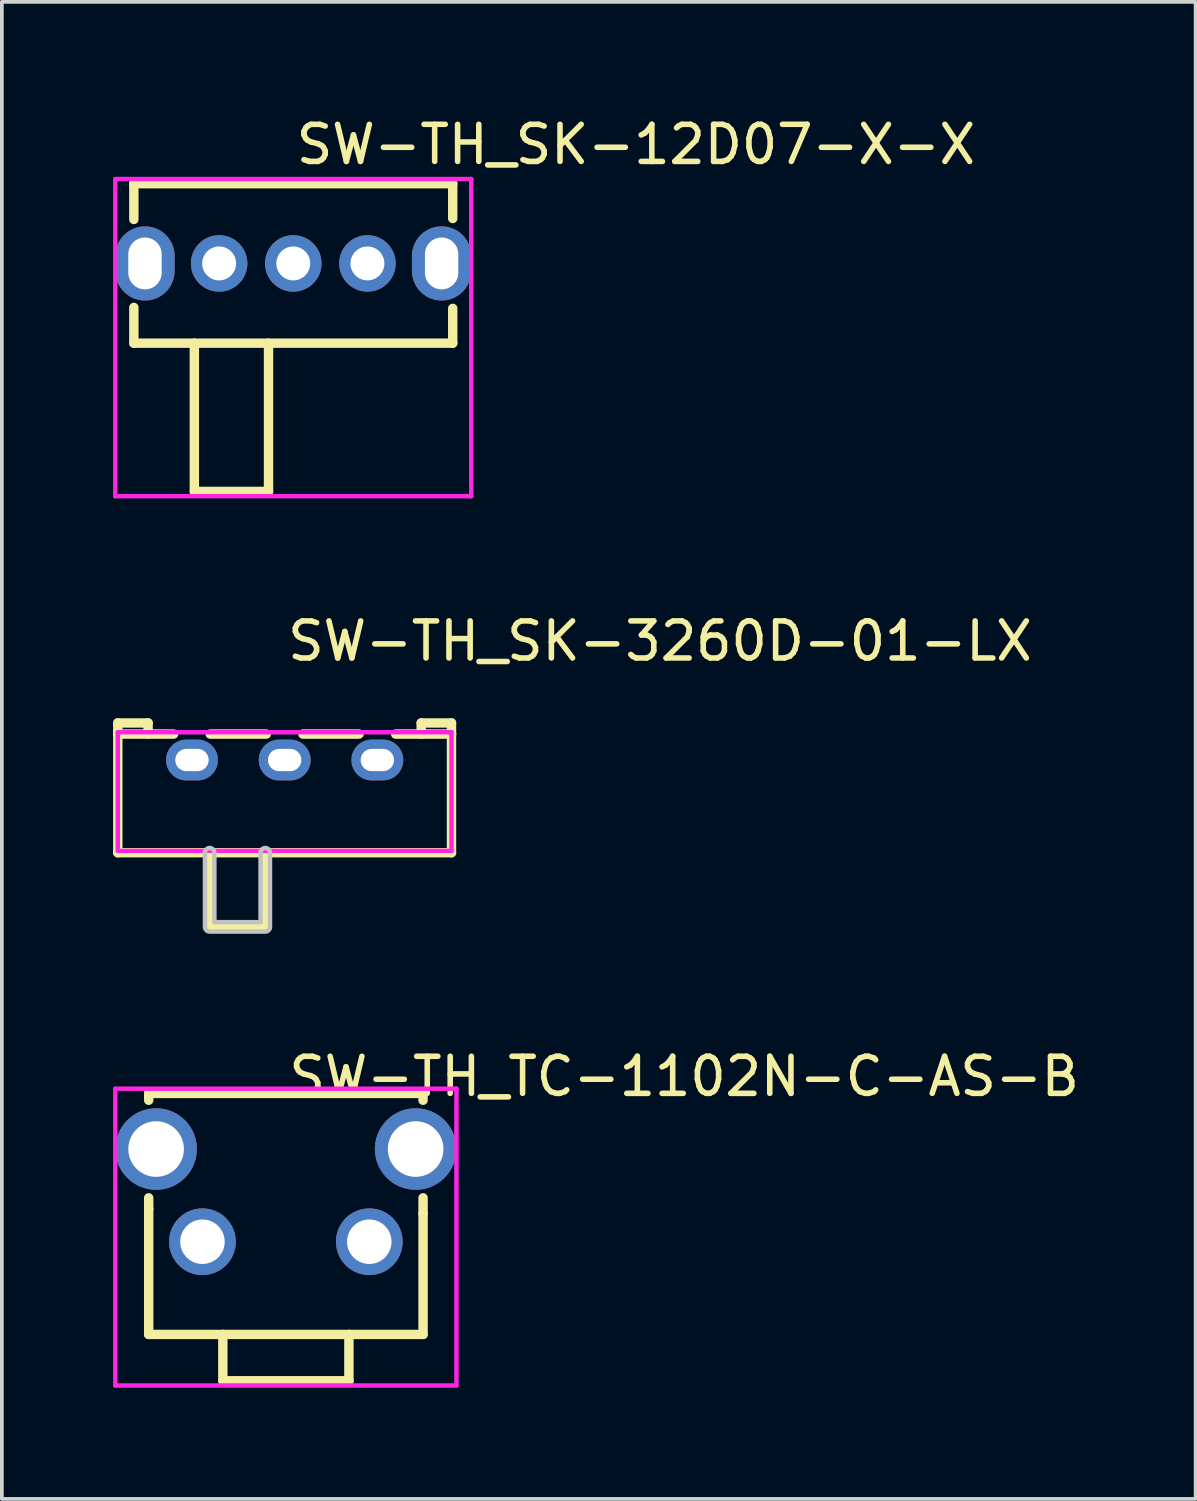
<source format=kicad_pcb>
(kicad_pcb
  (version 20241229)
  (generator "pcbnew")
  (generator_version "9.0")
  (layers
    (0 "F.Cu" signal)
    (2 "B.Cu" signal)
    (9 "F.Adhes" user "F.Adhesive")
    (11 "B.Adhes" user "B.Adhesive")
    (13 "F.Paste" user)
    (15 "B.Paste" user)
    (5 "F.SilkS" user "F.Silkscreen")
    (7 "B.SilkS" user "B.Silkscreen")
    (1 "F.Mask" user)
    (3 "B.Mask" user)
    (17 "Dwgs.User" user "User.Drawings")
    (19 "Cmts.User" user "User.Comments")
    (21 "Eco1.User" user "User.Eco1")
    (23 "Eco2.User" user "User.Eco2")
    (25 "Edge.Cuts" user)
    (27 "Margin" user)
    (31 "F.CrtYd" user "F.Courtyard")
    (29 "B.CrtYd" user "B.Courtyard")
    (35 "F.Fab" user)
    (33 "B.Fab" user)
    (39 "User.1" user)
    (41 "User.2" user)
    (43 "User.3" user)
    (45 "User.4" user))
  (footprint "SW-TH_SK-12D07-X-X"
    (layer "F.Cu")
    (at 4.86 4.055)
    (property "Reference" "SW-TH_SK-12D07-X-X" (at 0 -3.207 0) (layer "F.SilkS") (effects (font (size 1 1) (thickness 0.15)) (justify left)))
    (attr through_hole)
    (fp_line (start -4.3 -2.15) (end -4.3 -1.186) (stroke (width 0.254) (type solid)) (layer "F.SilkS"))
    (fp_line (start -4.3 -2.15) (end 4.3 -2.15) (stroke (width 0.254) (type solid)) (layer "F.SilkS"))
    (fp_line (start -4.3 1.186) (end -4.3 2.15) (stroke (width 0.254) (type solid)) (layer "F.SilkS"))
    (fp_line (start -4.3 2.15) (end 4.3 2.15) (stroke (width 0.254) (type solid)) (layer "F.SilkS"))
    (fp_line (start -2.668 2.15) (end -2.668 6.15) (stroke (width 0.254) (type solid)) (layer "F.SilkS"))
    (fp_line (start -2.668 6.15) (end -0.668 6.15) (stroke (width 0.254) (type solid)) (layer "F.SilkS"))
    (fp_line (start -0.668 6.15) (end -0.668 2.15) (stroke (width 0.254) (type solid)) (layer "F.SilkS"))
    (fp_line (start 4.3 -2.15) (end 4.3 -1.212) (stroke (width 0.254) (type solid)) (layer "F.SilkS"))
    (fp_line (start 4.3 1.212) (end 4.3 2.15) (stroke (width 0.254) (type solid)) (layer "F.SilkS"))
    (fp_circle (center -4.8 6.277) (end -4.77 6.277) (stroke (width 0.06) (type solid)) (fill no) (layer "Eco2.User"))
    (fp_circle (center -2 0) (end -1.821 0) (stroke (width 0.357) (type solid)) (fill no) (layer "Eco2.User"))
    (fp_circle (center 0 0) (end 0.179 0) (stroke (width 0.357) (type solid)) (fill no) (layer "Eco2.User"))
    (fp_circle (center 2 0) (end 2.179 0) (stroke (width 0.357) (type solid)) (fill no) (layer "Eco2.User"))
    (fp_poly (pts (xy -4.36 0.25) (xy -4.36 -0.25) (xy -3.64 -0.25) (xy -3.64 0.25)) (stroke (width 0.12) (type solid)) (fill no) (layer "Eco2.User"))
    (fp_poly (pts (xy 3.64 0.25) (xy 3.64 -0.25) (xy 4.36 -0.25) (xy 4.36 0.25)) (stroke (width 0.12) (type solid)) (fill no) (layer "Eco2.User"))
    (fp_line (start -4.8 -2.277) (end 4.8 -2.277) (stroke (width 0.12) (type solid)) (layer "F.CrtYd"))
    (fp_line (start -4.8 6.277) (end -4.8 -2.277) (stroke (width 0.12) (type solid)) (layer "F.CrtYd"))
    (fp_line (start 4.8 -2.277) (end 4.8 6.277) (stroke (width 0.12) (type solid)) (layer "F.CrtYd"))
    (fp_line (start 4.8 6.277) (end -4.8 6.277) (stroke (width 0.12) (type solid)) (layer "F.CrtYd"))
    (pad "1" thru_hole circle (at -2 0) (size 1.524 1.524) (drill 0.914) (layers "*.Cu" "*.Mask"))
    (pad "2" thru_hole circle (at 0 0) (size 1.524 1.524) (drill 0.914) (layers "*.Cu" "*.Mask"))
    (pad "3" thru_hole circle (at 2 0) (size 1.524 1.524) (drill 0.914) (layers "*.Cu" "*.Mask"))
    (pad "EH" thru_hole oval (at -4 0) (size 1.6 2) (drill oval 0.9 1.4) (layers "*.Cu" "*.Mask"))
    (pad "EH" thru_hole oval (at 4 0) (size 1.6 2) (drill oval 0.9 1.4) (layers "*.Cu" "*.Mask")))
  (footprint "SW-TH_TC-1102N-C-AS-B"
    (layer "F.Cu")
    (at 4.66 29.19)
    (property "Reference" "SW-TH_TC-1102N-C-AS-B" (at 0 -3.207 0) (layer "F.SilkS") (effects (font (size 1 1) (thickness 0.15)) (justify left)))
    (attr through_hole)
    (fp_line (start -3.7 -2.75) (end -3.7 -2.566) (stroke (width 0.254) (type solid)) (layer "F.SilkS"))
    (fp_line (start -3.7 -2.75) (end 3.7 -2.75) (stroke (width 0.254) (type solid)) (layer "F.SilkS"))
    (fp_line (start -3.7 0.066) (end -3.7 0.361) (stroke (width 0.254) (type solid)) (layer "F.SilkS"))
    (fp_line (start -3.7 3.75) (end -3.7 0.361) (stroke (width 0.254) (type solid)) (layer "F.SilkS"))
    (fp_line (start -3.7 3.75) (end 3.7 3.75) (stroke (width 0.254) (type solid)) (layer "F.SilkS"))
    (fp_line (start -1.7 5) (end -1.7 3.75) (stroke (width 0.254) (type solid)) (layer "F.SilkS"))
    (fp_line (start -1.7 5) (end 1.7 5) (stroke (width 0.254) (type solid)) (layer "F.SilkS"))
    (fp_line (start 1.7 5) (end 1.7 3.75) (stroke (width 0.254) (type solid)) (layer "F.SilkS"))
    (fp_line (start 3.7 -2.566) (end 3.7 -2.75) (stroke (width 0.254) (type solid)) (layer "F.SilkS"))
    (fp_line (start 3.7 0.488) (end 3.7 0.066) (stroke (width 0.254) (type solid)) (layer "F.SilkS"))
    (fp_line (start 3.7 3.75) (end 3.7 0.488) (stroke (width 0.254) (type solid)) (layer "F.SilkS"))
    (fp_circle (center -4.6 5.127) (end -4.57 5.127) (stroke (width 0.06) (type solid)) (fill no) (layer "Eco2.User"))
    (fp_circle (center -3.5 -1.25) (end -3.175 -1.25) (stroke (width 0.65) (type solid)) (fill no) (layer "Eco2.User"))
    (fp_circle (center -2.25 1.25) (end -2 1.25) (stroke (width 0.5) (type solid)) (fill no) (layer "Eco2.User"))
    (fp_circle (center 2.25 1.25) (end 2.5 1.25) (stroke (width 0.5) (type solid)) (fill no) (layer "Eco2.User"))
    (fp_circle (center 3.5 -1.25) (end 3.825 -1.25) (stroke (width 0.65) (type solid)) (fill no) (layer "Eco2.User"))
    (fp_line (start -4.6 -2.877) (end 4.6 -2.877) (stroke (width 0.12) (type solid)) (layer "F.CrtYd"))
    (fp_line (start -4.6 5.127) (end -4.6 -2.877) (stroke (width 0.12) (type solid)) (layer "F.CrtYd"))
    (fp_line (start 4.6 -2.877) (end 4.6 5.127) (stroke (width 0.12) (type solid)) (layer "F.CrtYd"))
    (fp_line (start 4.6 5.127) (end -4.6 5.127) (stroke (width 0.12) (type solid)) (layer "F.CrtYd"))
    (pad "1" thru_hole circle (at -2.25 1.25) (size 1.8 1.8) (drill 1.2) (layers "*.Cu" "*.Mask"))
    (pad "2" thru_hole circle (at 2.25 1.25) (size 1.8 1.8) (drill 1.2) (layers "*.Cu" "*.Mask"))
    (pad "3" thru_hole circle (at 3.5 -1.25) (size 2.2 2.2) (drill 1.5) (layers "*.Cu" "*.Mask"))
    (pad "4" thru_hole circle (at -3.5 -1.25) (size 2.2 2.2) (drill 1.5) (layers "*.Cu" "*.Mask")))
  (footprint "SW-TH_SK-3260D-01-LX"
    (layer "F.Cu")
    (at 4.627 17.448)
    (property "Reference" "SW-TH_SK-3260D-01-LX" (at 0 -3.207 0) (layer "F.SilkS") (effects (font (size 1 1) (thickness 0.15)) (justify left)))
    (attr through_hole)
    (fp_line (start -4.5 -1) (end -3.683 -1) (stroke (width 0.254) (type solid)) (layer "F.SilkS"))
    (fp_line (start -4.5 -0.7) (end -4.5 -1) (stroke (width 0.254) (type solid)) (layer "F.SilkS"))
    (fp_line (start -4.5 -0.7) (end -2.994 -0.7) (stroke (width 0.254) (type solid)) (layer "F.SilkS"))
    (fp_line (start -4.5 2.5) (end -4.5 -0.7) (stroke (width 0.254) (type solid)) (layer "F.SilkS"))
    (fp_line (start -3.683 -1) (end -3.683 -0.7) (stroke (width 0.254) (type solid)) (layer "F.SilkS"))
    (fp_line (start -2.022 2.5) (end -2.022 4.5) (stroke (width 0.254) (type solid)) (layer "F.SilkS"))
    (fp_line (start -2.022 4.5) (end -0.522 4.5) (stroke (width 0.254) (type solid)) (layer "F.SilkS"))
    (fp_line (start -2.007 -0.7) (end -0.494 -0.7) (stroke (width 0.254) (type solid)) (layer "F.SilkS"))
    (fp_line (start -0.522 4.5) (end -0.522 2.5) (stroke (width 0.254) (type solid)) (layer "F.SilkS"))
    (fp_line (start 0.493 -0.7) (end 2.006 -0.7) (stroke (width 0.254) (type solid)) (layer "F.SilkS"))
    (fp_line (start 2.993 -0.7) (end 4.5 -0.7) (stroke (width 0.254) (type solid)) (layer "F.SilkS"))
    (fp_line (start 3.683 -1) (end 3.683 -0.7) (stroke (width 0.254) (type solid)) (layer "F.SilkS"))
    (fp_line (start 4.5 -1) (end 3.683 -1) (stroke (width 0.254) (type solid)) (layer "F.SilkS"))
    (fp_line (start 4.5 -0.7) (end 4.5 -1) (stroke (width 0.254) (type solid)) (layer "F.SilkS"))
    (fp_line (start 4.5 -0.7) (end 4.5 2.5) (stroke (width 0.254) (type solid)) (layer "F.SilkS"))
    (fp_line (start 4.5 2.5) (end -4.5 2.5) (stroke (width 0.254) (type solid)) (layer "F.SilkS"))
    (fp_poly (pts (xy -1.895 2.5) (xy -1.895 4.373) (xy -0.649 4.373) (xy -0.649 2.5) (xy -0.647 2.475) (xy -0.64 2.451) (xy -0.628 2.429) (xy -0.612 2.41) (xy -0.593 2.394) (xy -0.571 2.383) (xy -0.547 2.375) (xy -0.522 2.373) (xy -0.498 2.375) (xy -0.474 2.383) (xy -0.452 2.394) (xy -0.433 2.41) (xy -0.417 2.429) (xy -0.405 2.451) (xy -0.398 2.475) (xy -0.395 2.5) (xy -0.395 4.5) (xy -0.398 4.525) (xy -0.405 4.549) (xy -0.417 4.571) (xy -0.433 4.59) (xy -0.452 4.606) (xy -0.474 4.617) (xy -0.498 4.625) (xy -0.522 4.627) (xy -2.022 4.627) (xy -2.047 4.625) (xy -2.071 4.617) (xy -2.093 4.606) (xy -2.112 4.59) (xy -2.128 4.571) (xy -2.14 4.549) (xy -2.147 4.525) (xy -2.149 4.5) (xy -2.149 2.5) (xy -2.147 2.475) (xy -2.14 2.451) (xy -2.128 2.429) (xy -2.112 2.41) (xy -2.093 2.394) (xy -2.071 2.383) (xy -2.047 2.375) (xy -2.022 2.373) (xy -1.998 2.375) (xy -1.974 2.383) (xy -1.952 2.394) (xy -1.933 2.41) (xy -1.917 2.429) (xy -1.905 2.451) (xy -1.898 2.475) (xy -1.895 2.5)) (stroke (width 0.12) (type solid)) (fill no) (layer "Dwgs.User"))
    (fp_circle (center -4.5 2.45) (end -4.47 2.45) (stroke (width 0.06) (type solid)) (fill no) (layer "Eco2.User"))
    (fp_poly (pts (xy -2.775 -0.15) (xy -2.225 -0.15) (xy -2.225 0.15) (xy -2.775 0.15)) (stroke (width 0.12) (type solid)) (fill no) (layer "Eco2.User"))
    (fp_poly (pts (xy -0.275 -0.15) (xy 0.275 -0.15) (xy 0.275 0.15) (xy -0.275 0.15)) (stroke (width 0.12) (type solid)) (fill no) (layer "Eco2.User"))
    (fp_poly (pts (xy 2.225 -0.15) (xy 2.775 -0.15) (xy 2.775 0.15) (xy 2.225 0.15)) (stroke (width 0.12) (type solid)) (fill no) (layer "Eco2.User"))
    (fp_line (start -4.5 -0.75) (end 4.5 -0.75) (stroke (width 0.12) (type solid)) (layer "F.CrtYd"))
    (fp_line (start -4.5 2.45) (end -4.5 -0.75) (stroke (width 0.12) (type solid)) (layer "F.CrtYd"))
    (fp_line (start 4.5 -0.75) (end 4.5 2.45) (stroke (width 0.12) (type solid)) (layer "F.CrtYd"))
    (fp_line (start 4.5 2.45) (end -4.5 2.45) (stroke (width 0.12) (type solid)) (layer "F.CrtYd"))
    (pad "1" thru_hole oval (at -2.5 0) (size 1.4 1.1) (drill oval 0.9 0.6) (layers "*.Cu" "*.Mask"))
    (pad "2" thru_hole oval (at 0 0) (size 1.4 1.1) (drill oval 0.9 0.6) (layers "*.Cu" "*.Mask"))
    (pad "3" thru_hole oval (at 2.5 0) (size 1.4 1.1) (drill oval 0.9 0.6) (layers "*.Cu" "*.Mask")))
  (gr_rect
    (start -3 -3)
    (end 29.196 37.377)
    (stroke (width 0.1) (type default))
    (fill no)
    (layer "Edge.Cuts")))
</source>
